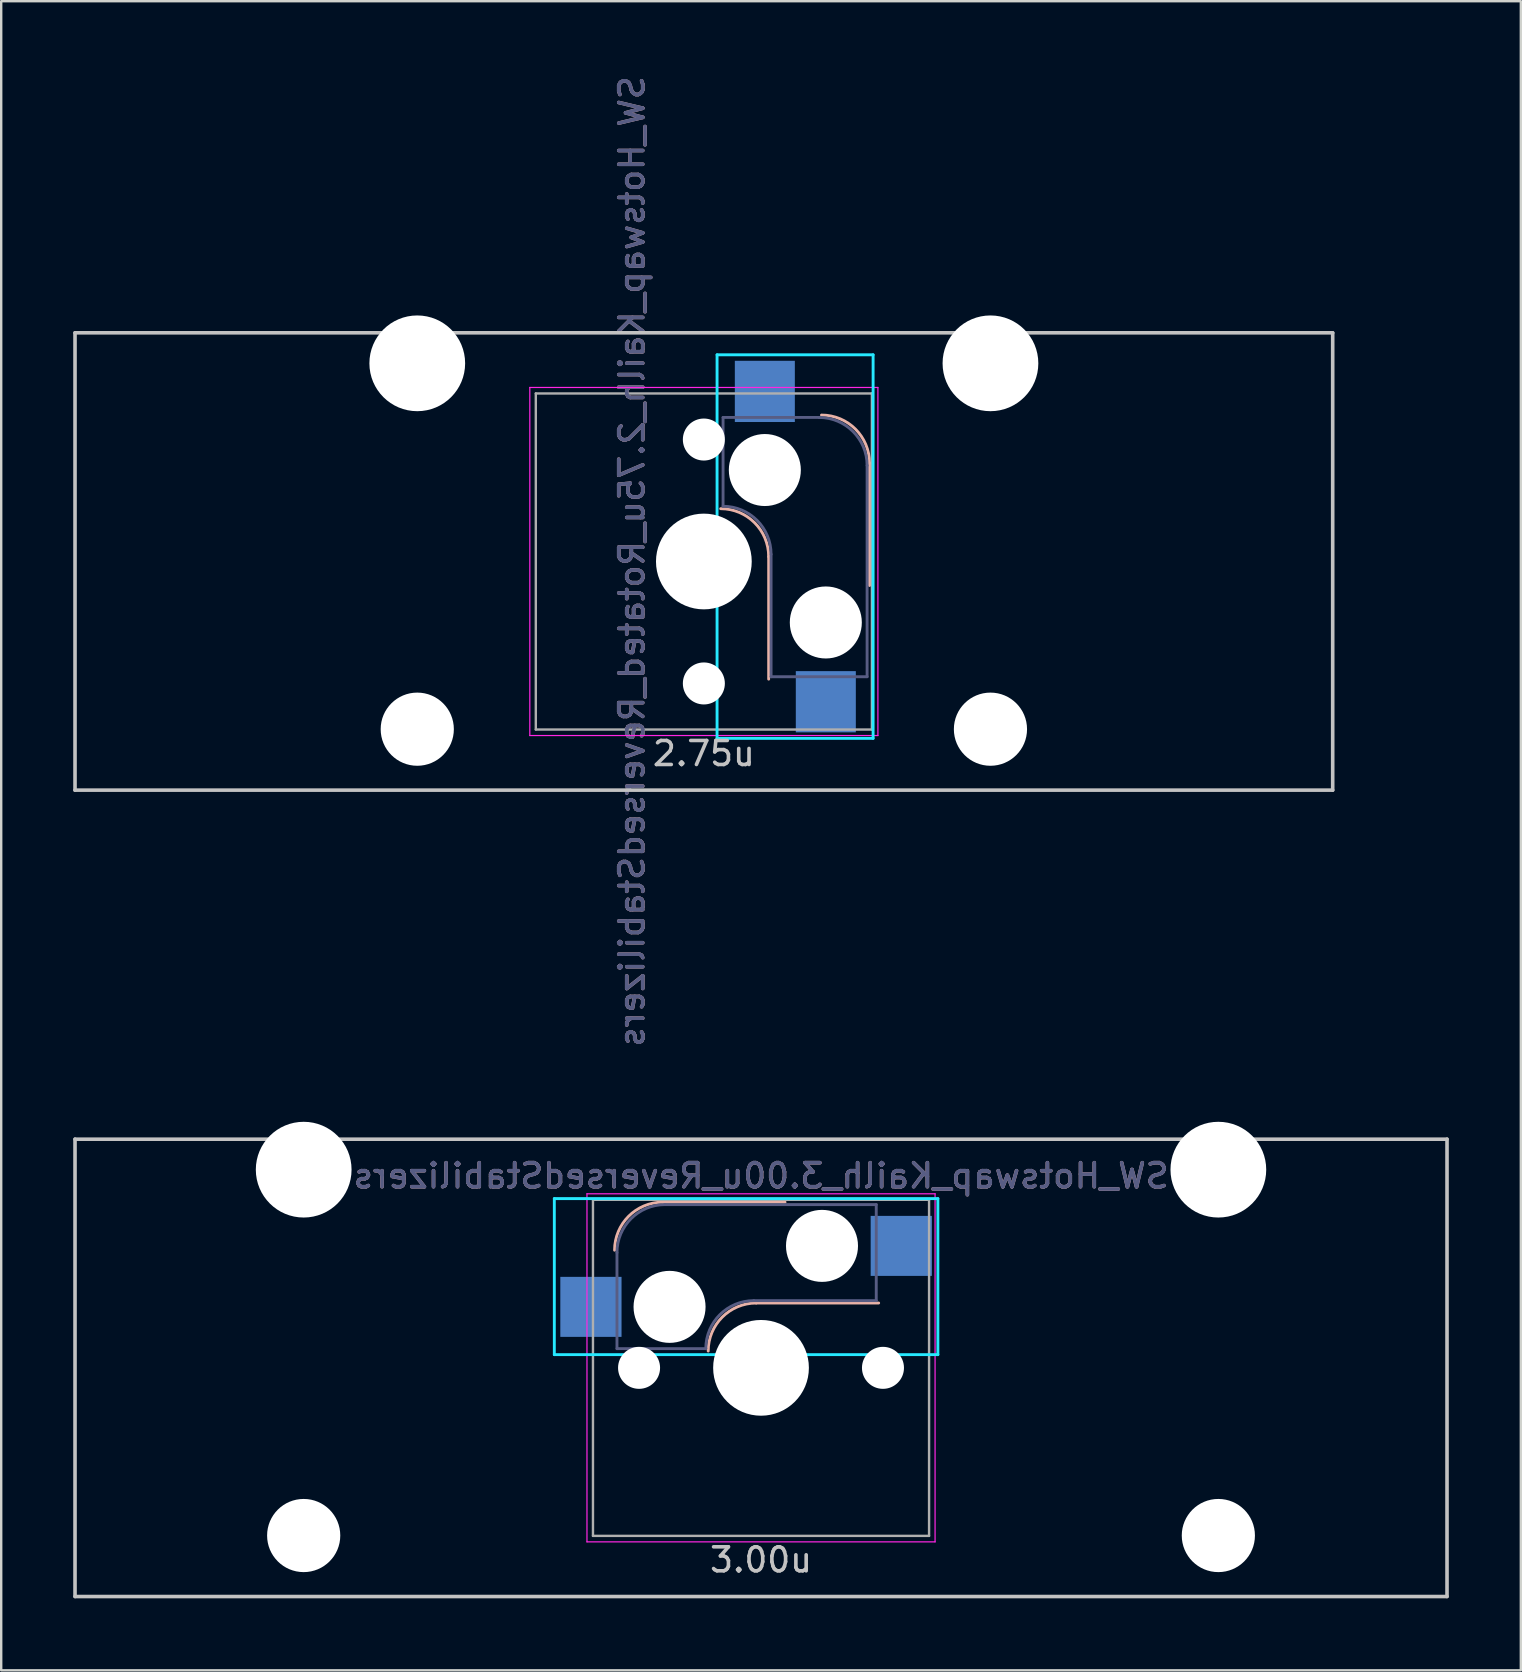
<source format=kicad_pcb>
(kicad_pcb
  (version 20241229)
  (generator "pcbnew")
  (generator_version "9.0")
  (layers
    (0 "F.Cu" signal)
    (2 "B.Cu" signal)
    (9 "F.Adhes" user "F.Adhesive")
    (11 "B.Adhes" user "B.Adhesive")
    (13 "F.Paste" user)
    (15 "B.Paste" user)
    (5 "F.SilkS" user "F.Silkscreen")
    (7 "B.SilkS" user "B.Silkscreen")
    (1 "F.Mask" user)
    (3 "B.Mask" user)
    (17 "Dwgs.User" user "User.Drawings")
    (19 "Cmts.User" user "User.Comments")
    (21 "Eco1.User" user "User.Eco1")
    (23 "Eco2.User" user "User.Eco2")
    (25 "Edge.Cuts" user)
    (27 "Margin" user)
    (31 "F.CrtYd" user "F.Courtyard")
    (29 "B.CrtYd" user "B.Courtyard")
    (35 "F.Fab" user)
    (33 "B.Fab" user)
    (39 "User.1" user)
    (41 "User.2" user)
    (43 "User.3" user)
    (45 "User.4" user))
  (footprint "SW_Hotswap_Kailh_3.00u_ReversedStabilizers"
    (layer "F.Cu")
    (at 28.65 53.927)
    (property "Reference" "SW_Hotswap_Kailh_3.00u_ReversedStabilizers" (at 0 -8 0) (layer "B.SilkS") (effects (font (size 1 1) (thickness 0.15)) (justify mirror)))
    (attr smd)
    (fp_line (start 1 -6.9) (end -4.1 -6.9) (stroke (width 0.12) (type solid)) (layer "B.SilkS"))
    (fp_line (start 4.9 -2.7) (end -0.2 -2.7) (stroke (width 0.12) (type solid)) (layer "B.SilkS"))
    (fp_arc (start -6.1 -4.9) (mid -5.514214 -6.314214) (end -4.1 -6.9) (stroke (width 0.12) (type solid)) (layer "B.SilkS"))
    (fp_arc (start -2.2 -0.7) (mid -1.614214 -2.114214) (end -0.2 -2.7) (stroke (width 0.12) (type solid)) (layer "B.SilkS"))
    (fp_line (start -28.575 -9.525) (end 28.575 -9.525) (stroke (width 0.15) (type solid)) (layer "Dwgs.User"))
    (fp_line (start -28.575 9.525) (end -28.575 -9.525) (stroke (width 0.15) (type solid)) (layer "Dwgs.User"))
    (fp_line (start -28.575 9.525) (end 28.575 9.525) (stroke (width 0.15) (type solid)) (layer "Dwgs.User"))
    (fp_line (start 28.575 -9.525) (end 28.575 9.525) (stroke (width 0.15) (type solid)) (layer "Dwgs.User"))
    (fp_line (start -8.61 -7.05) (end 7.367 -7.05) (stroke (width 0.12) (type solid)) (layer "B.CrtYd"))
    (fp_line (start -8.61 -0.55) (end -8.61 -7.05) (stroke (width 0.12) (type solid)) (layer "B.CrtYd"))
    (fp_line (start -8.61 -0.55) (end 7.367 -0.55) (stroke (width 0.12) (type solid)) (layer "B.CrtYd"))
    (fp_line (start 7.367 -7.05) (end 7.367 -0.55) (stroke (width 0.12) (type solid)) (layer "B.CrtYd"))
    (fp_line (start -7.25 -7.25) (end 7.25 -7.25) (stroke (width 0.05) (type solid)) (layer "F.CrtYd"))
    (fp_line (start -7.25 7.25) (end -7.25 -7.25) (stroke (width 0.05) (type solid)) (layer "F.CrtYd"))
    (fp_line (start 7.25 -7.25) (end 7.25 7.25) (stroke (width 0.05) (type solid)) (layer "F.CrtYd"))
    (fp_line (start 7.25 7.25) (end -7.25 7.25) (stroke (width 0.05) (type solid)) (layer "F.CrtYd"))
    (fp_line (start -6 -0.8) (end -6 -4.8) (stroke (width 0.12) (type solid)) (layer "B.Fab"))
    (fp_line (start -6 -0.8) (end -2.3 -0.8) (stroke (width 0.12) (type solid)) (layer "B.Fab"))
    (fp_line (start -4 -6.8) (end 4.8 -6.8) (stroke (width 0.12) (type solid)) (layer "B.Fab"))
    (fp_line (start -0.3 -2.8) (end 4.8 -2.8) (stroke (width 0.12) (type solid)) (layer "B.Fab"))
    (fp_line (start 4.8 -6.8) (end 4.8 -2.8) (stroke (width 0.12) (type solid)) (layer "B.Fab"))
    (fp_arc (start -6 -4.8) (mid -5.414214 -6.214214) (end -4 -6.8) (stroke (width 0.12) (type solid)) (layer "B.Fab"))
    (fp_arc (start -2.3 -0.8) (mid -1.714214 -2.214214) (end -0.3 -2.8) (stroke (width 0.12) (type solid)) (layer "B.Fab"))
    (fp_line (start -7 -7) (end 7 -7) (stroke (width 0.1) (type solid)) (layer "F.Fab"))
    (fp_line (start -7 7) (end -7 -7) (stroke (width 0.1) (type solid)) (layer "F.Fab"))
    (fp_line (start 7 -7) (end 7 7) (stroke (width 0.1) (type solid)) (layer "F.Fab"))
    (fp_line (start 7 7) (end -7 7) (stroke (width 0.1) (type solid)) (layer "F.Fab"))
    (fp_text user "3.00u" (at 0 8 0) (layer "Dwgs.User") (effects (font (size 1 1) (thickness 0.15))))
    (fp_text user "${REFERENCE}" (at 0 -8 0) (layer "B.Fab") (effects (font (size 1 1) (thickness 0.15)) (justify mirror)))
    (pad "" np_thru_hole circle (at -19.05 -8.255) (size 3.988 3.988) (drill 3.988) (layers "*.Cu" "*.Mask"))
    (pad "" np_thru_hole circle (at -19.05 6.985) (size 3.048 3.048) (drill 3.048) (layers "*.Cu" "*.Mask"))
    (pad "" np_thru_hole circle (at -5.08 0 48.1) (size 1.75 1.75) (drill 1.75) (layers "*.Cu" "*.Mask"))
    (pad "" np_thru_hole circle (at -3.81 -2.54) (size 3 3) (drill 3) (layers "*.Cu" "*.Mask"))
    (pad "" np_thru_hole circle (at 0 0) (size 3.988 3.988) (drill 3.988) (layers "*.Cu" "*.Mask"))
    (pad "" np_thru_hole circle (at 2.54 -5.08) (size 3 3) (drill 3) (layers "*.Cu" "*.Mask"))
    (pad "" np_thru_hole circle (at 5.08 0 48.1) (size 1.75 1.75) (drill 1.75) (layers "*.Cu" "*.Mask"))
    (pad "" np_thru_hole circle (at 19.05 -8.255) (size 3.988 3.988) (drill 3.988) (layers "*.Cu" "*.Mask"))
    (pad "" np_thru_hole circle (at 19.05 6.985) (size 3.048 3.048) (drill 3.048) (layers "*.Cu" "*.Mask"))
    (pad "1" smd rect (at -7.085 -2.54) (size 2.55 2.5) (layers "B.Cu" "B.Mask" "B.Paste"))
    (pad "2" smd rect (at 5.842 -5.08) (size 2.55 2.5) (layers "B.Cu" "B.Mask" "B.Paste")))
  (footprint "SW_Hotswap_Kailh_2.75u_Rotated_ReversedStabilizers"
    (layer "F.Cu")
    (at 26.269 20.339)
    (property "Reference" "SW_Hotswap_Kailh_2.75u_Rotated_ReversedStabilizers" (at -3 0 90) (layer "B.SilkS") (effects (font (size 1 1) (thickness 0.15)) (justify mirror)))
    (attr smd)
    (fp_line (start 2.7 4.9) (end 2.7 -0.2) (stroke (width 0.12) (type solid)) (layer "B.SilkS"))
    (fp_line (start 6.9 1) (end 6.9 -4.1) (stroke (width 0.12) (type solid)) (layer "B.SilkS"))
    (fp_arc (start 0.7 -2.2) (mid 2.114214 -1.614214) (end 2.7 -0.2) (stroke (width 0.12) (type solid)) (layer "B.SilkS"))
    (fp_arc (start 4.9 -6.1) (mid 6.314214 -5.514214) (end 6.9 -4.1) (stroke (width 0.12) (type solid)) (layer "B.SilkS"))
    (fp_line (start -26.194 -9.525) (end 26.194 -9.525) (stroke (width 0.15) (type solid)) (layer "Dwgs.User"))
    (fp_line (start -26.194 9.525) (end -26.194 -9.525) (stroke (width 0.15) (type solid)) (layer "Dwgs.User"))
    (fp_line (start 26.194 -9.525) (end 26.194 9.525) (stroke (width 0.15) (type solid)) (layer "Dwgs.User"))
    (fp_line (start 26.194 9.525) (end -26.194 9.525) (stroke (width 0.15) (type solid)) (layer "Dwgs.User"))
    (fp_line (start 0.55 -8.61) (end 0.55 7.367) (stroke (width 0.12) (type solid)) (layer "B.CrtYd"))
    (fp_line (start 0.55 -8.61) (end 7.05 -8.61) (stroke (width 0.12) (type solid)) (layer "B.CrtYd"))
    (fp_line (start 7.05 -8.61) (end 7.05 7.367) (stroke (width 0.12) (type solid)) (layer "B.CrtYd"))
    (fp_line (start 7.05 7.367) (end 0.55 7.367) (stroke (width 0.12) (type solid)) (layer "B.CrtYd"))
    (fp_line (start -7.25 -7.25) (end 7.25 -7.25) (stroke (width 0.05) (type solid)) (layer "F.CrtYd"))
    (fp_line (start -7.25 7.25) (end -7.25 -7.25) (stroke (width 0.05) (type solid)) (layer "F.CrtYd"))
    (fp_line (start 7.25 -7.25) (end 7.25 7.25) (stroke (width 0.05) (type solid)) (layer "F.CrtYd"))
    (fp_line (start 7.25 7.25) (end -7.25 7.25) (stroke (width 0.05) (type solid)) (layer "F.CrtYd"))
    (fp_line (start 0.8 -6) (end 0.8 -2.3) (stroke (width 0.12) (type solid)) (layer "B.Fab"))
    (fp_line (start 0.8 -6) (end 4.8 -6) (stroke (width 0.12) (type solid)) (layer "B.Fab"))
    (fp_line (start 2.8 -0.3) (end 2.8 4.8) (stroke (width 0.12) (type solid)) (layer "B.Fab"))
    (fp_line (start 6.8 -4) (end 6.8 4.8) (stroke (width 0.12) (type solid)) (layer "B.Fab"))
    (fp_line (start 6.8 4.8) (end 2.8 4.8) (stroke (width 0.12) (type solid)) (layer "B.Fab"))
    (fp_arc (start 0.8 -2.3) (mid 2.214214 -1.714214) (end 2.8 -0.3) (stroke (width 0.12) (type solid)) (layer "B.Fab"))
    (fp_arc (start 4.8 -6) (mid 6.214214 -5.414214) (end 6.8 -4) (stroke (width 0.12) (type solid)) (layer "B.Fab"))
    (fp_line (start -7 -7) (end 7 -7) (stroke (width 0.1) (type solid)) (layer "F.Fab"))
    (fp_line (start -7 7) (end -7 -7) (stroke (width 0.1) (type solid)) (layer "F.Fab"))
    (fp_line (start 7 -7) (end 7 7) (stroke (width 0.1) (type solid)) (layer "F.Fab"))
    (fp_line (start 7 7) (end -7 7) (stroke (width 0.1) (type solid)) (layer "F.Fab"))
    (fp_text user "2.75u" (at 0 8 0) (layer "Dwgs.User") (effects (font (size 1 1) (thickness 0.15))))
    (fp_text user "${REFERENCE}" (at -3 0 90) (layer "B.Fab") (effects (font (size 1 1) (thickness 0.15)) (justify mirror)))
    (pad "" np_thru_hole circle (at -11.938 -8.255) (size 3.988 3.988) (drill 3.988) (layers "*.Cu" "*.Mask"))
    (pad "" np_thru_hole circle (at -11.938 6.985) (size 3.048 3.048) (drill 3.048) (layers "*.Cu" "*.Mask"))
    (pad "" np_thru_hole circle (at 0 -5.08 318.1) (size 1.75 1.75) (drill 1.75) (layers "*.Cu" "*.Mask"))
    (pad "" np_thru_hole circle (at 0 0 270) (size 3.988 3.988) (drill 3.988) (layers "*.Cu" "*.Mask"))
    (pad "" np_thru_hole circle (at 0 5.08 318.1) (size 1.75 1.75) (drill 1.75) (layers "*.Cu" "*.Mask"))
    (pad "" np_thru_hole circle (at 2.54 -3.81 270) (size 3 3) (drill 3) (layers "*.Cu" "*.Mask"))
    (pad "" np_thru_hole circle (at 5.08 2.54 270) (size 3 3) (drill 3) (layers "*.Cu" "*.Mask"))
    (pad "" np_thru_hole circle (at 11.938 -8.255) (size 3.988 3.988) (drill 3.988) (layers "*.Cu" "*.Mask"))
    (pad "" np_thru_hole circle (at 11.938 6.985) (size 3.048 3.048) (drill 3.048) (layers "*.Cu" "*.Mask"))
    (pad "1" smd rect (at 2.54 -7.085 270) (size 2.55 2.5) (layers "B.Cu" "B.Mask" "B.Paste"))
    (pad "2" smd rect (at 5.08 5.842 270) (size 2.55 2.5) (layers "B.Cu" "B.Mask" "B.Paste")))
  (gr_rect
    (start -3 -3)
    (end 60.3 66.527)
    (stroke (width 0.1) (type default))
    (fill no)
    (layer "Edge.Cuts")))
</source>
